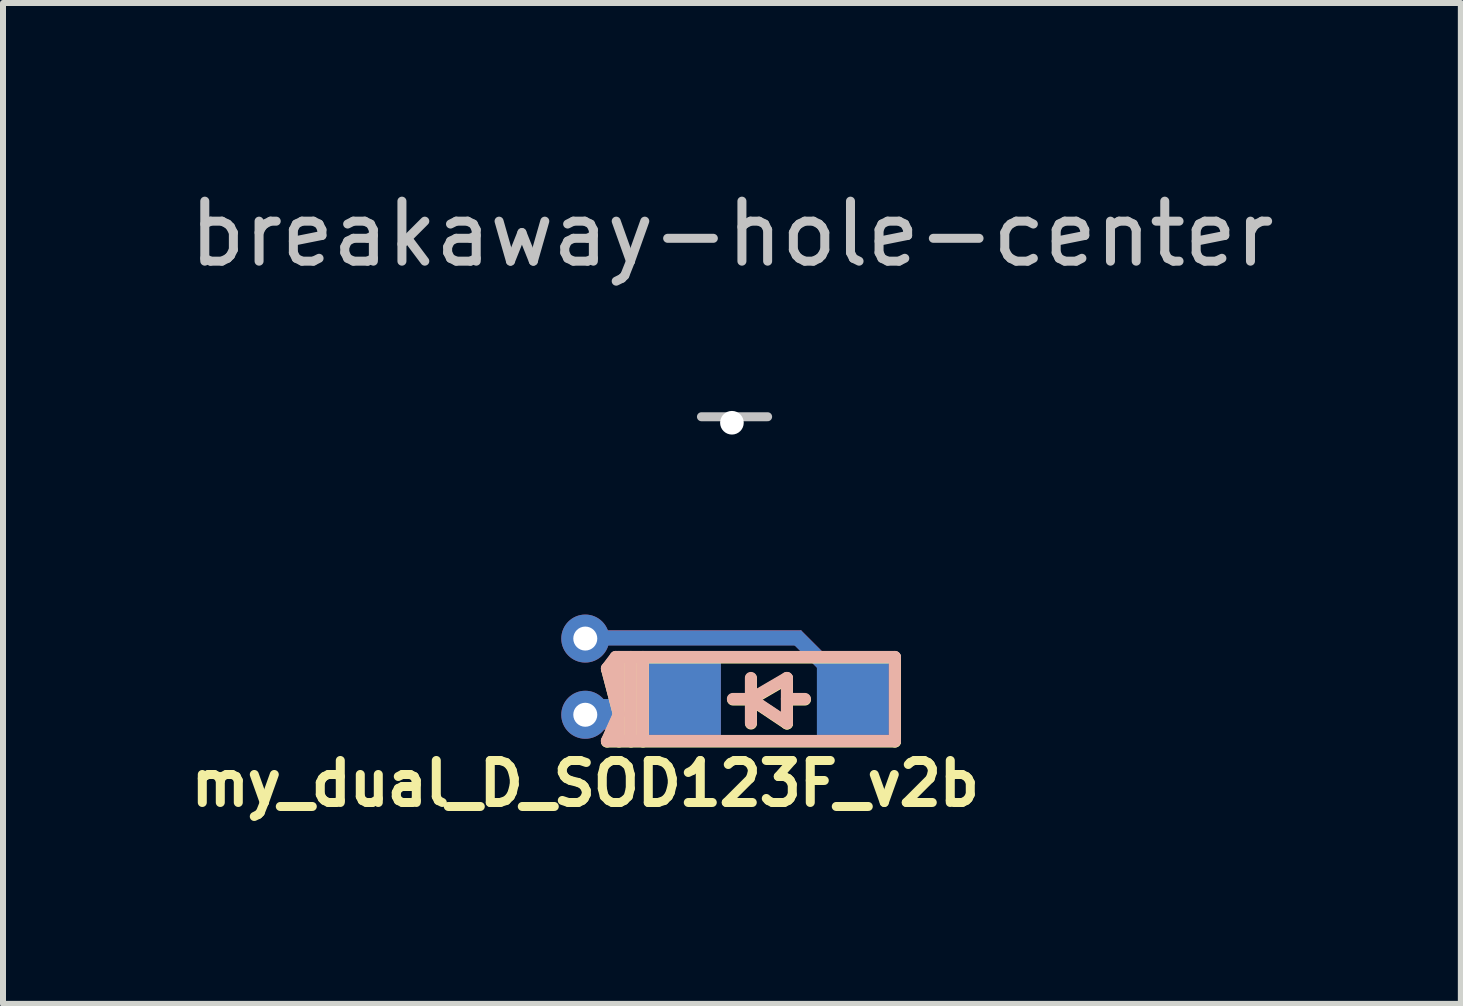
<source format=kicad_pcb>
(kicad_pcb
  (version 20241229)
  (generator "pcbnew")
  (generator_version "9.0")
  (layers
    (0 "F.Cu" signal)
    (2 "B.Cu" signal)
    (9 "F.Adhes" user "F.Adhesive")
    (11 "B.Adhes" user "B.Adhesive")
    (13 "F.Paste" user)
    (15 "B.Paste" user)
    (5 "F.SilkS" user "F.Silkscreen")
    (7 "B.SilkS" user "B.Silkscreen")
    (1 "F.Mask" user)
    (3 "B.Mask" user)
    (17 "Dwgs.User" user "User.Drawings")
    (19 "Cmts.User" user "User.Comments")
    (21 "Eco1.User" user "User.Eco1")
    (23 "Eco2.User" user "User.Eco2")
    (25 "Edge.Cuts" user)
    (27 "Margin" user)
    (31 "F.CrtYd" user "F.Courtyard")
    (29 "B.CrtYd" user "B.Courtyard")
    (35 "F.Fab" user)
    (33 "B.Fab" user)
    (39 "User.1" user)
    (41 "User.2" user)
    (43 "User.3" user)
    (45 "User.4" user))
  (footprint "breakaway-hole-center"
    (layer "F.Cu")
    (at 9.149 3.896)
    (property "Reference" "breakaway-hole-center" (at 0 -3.048 0) (layer "Dwgs.User") (effects (font (size 1 1) (thickness 0.15))))
    (attr through_hole)
    (fp_line (start -0.508 0) (end 0 0) (stroke (width 0.15) (type solid)) (layer "Dwgs.User"))
    (fp_line (start 0 0) (end 0.595 0) (stroke (width 0.15) (type solid)) (layer "Dwgs.User"))
    (pad "" np_thru_hole circle (at 0 0.1) (size 0.394 0.394) (drill 0.394) (layers "*.Cu" "*.Mask")))
  (footprint "my_dual_D_SOD123F_v2b"
    (layer "F.Cu")
    (at 6.705 8.609)
    (property "Reference" "my_dual_D_SOD123F_v2b" (at 0 1.4 0) (layer "F.SilkS") (effects (font (size 0.7 0.7) (thickness 0.15))))
    (attr smd)
    (fp_line (start 0.362 -0.508) (end 0.508 -0.7) (stroke (width 0.2) (type solid)) (layer "F.SilkS"))
    (fp_line (start 0.362 -0.508) (end 0.562 0.254) (stroke (width 0.2) (type solid)) (layer "F.SilkS"))
    (fp_line (start 0.362 0.7) (end 5.162 0.7) (stroke (width 0.2) (type solid)) (layer "F.SilkS"))
    (fp_line (start 0.508 -0.7) (end 5.162 -0.7) (stroke (width 0.2) (type solid)) (layer "F.SilkS"))
    (fp_line (start 0.562 -0.7) (end 0.562 0.7) (stroke (width 0.2) (type solid)) (layer "F.SilkS"))
    (fp_line (start 0.562 0.254) (end 0.362 0.7) (stroke (width 0.2) (type solid)) (layer "F.SilkS"))
    (fp_line (start 0.762 -0.7) (end 0.762 0.7) (stroke (width 0.2) (type solid)) (layer "F.SilkS"))
    (fp_line (start 0.962 -0.7) (end 0.962 0.7) (stroke (width 0.2) (type solid)) (layer "F.SilkS"))
    (fp_line (start 2.762 -0.35) (end 2.762 0.4) (stroke (width 0.2) (type solid)) (layer "F.SilkS"))
    (fp_line (start 2.762 0) (end 2.462 0) (stroke (width 0.2) (type solid)) (layer "F.SilkS"))
    (fp_line (start 2.762 0) (end 3.362 -0.35) (stroke (width 0.2) (type solid)) (layer "F.SilkS"))
    (fp_line (start 3.362 -0.35) (end 3.362 0.4) (stroke (width 0.2) (type solid)) (layer "F.SilkS"))
    (fp_line (start 3.362 0) (end 3.662 0) (stroke (width 0.2) (type solid)) (layer "F.SilkS"))
    (fp_line (start 3.362 0.4) (end 2.762 0) (stroke (width 0.2) (type solid)) (layer "F.SilkS"))
    (fp_line (start 5.162 -0.7) (end 5.162 0.7) (stroke (width 0.2) (type solid)) (layer "F.SilkS"))
    (fp_line (start 0.36 -0.518) (end 0.506 -0.71) (stroke (width 0.2) (type solid)) (layer "B.SilkS"))
    (fp_line (start 0.36 -0.518) (end 0.56 0.244) (stroke (width 0.2) (type solid)) (layer "B.SilkS"))
    (fp_line (start 0.36 0.69) (end 5.16 0.69) (stroke (width 0.2) (type solid)) (layer "B.SilkS"))
    (fp_line (start 0.506 -0.71) (end 5.16 -0.71) (stroke (width 0.2) (type solid)) (layer "B.SilkS"))
    (fp_line (start 0.56 -0.71) (end 0.56 0.69) (stroke (width 0.2) (type solid)) (layer "B.SilkS"))
    (fp_line (start 0.56 0.244) (end 0.36 0.69) (stroke (width 0.2) (type solid)) (layer "B.SilkS"))
    (fp_line (start 0.76 -0.71) (end 0.76 0.69) (stroke (width 0.2) (type solid)) (layer "B.SilkS"))
    (fp_line (start 0.96 -0.71) (end 0.96 0.69) (stroke (width 0.2) (type solid)) (layer "B.SilkS"))
    (fp_line (start 2.76 -0.36) (end 2.76 0.39) (stroke (width 0.2) (type solid)) (layer "B.SilkS"))
    (fp_line (start 2.76 -0.01) (end 2.46 -0.01) (stroke (width 0.2) (type solid)) (layer "B.SilkS"))
    (fp_line (start 2.76 -0.01) (end 3.36 -0.36) (stroke (width 0.2) (type solid)) (layer "B.SilkS"))
    (fp_line (start 3.36 -0.36) (end 3.36 0.39) (stroke (width 0.2) (type solid)) (layer "B.SilkS"))
    (fp_line (start 3.36 -0.01) (end 3.66 -0.01) (stroke (width 0.2) (type solid)) (layer "B.SilkS"))
    (fp_line (start 3.36 0.39) (end 2.76 -0.01) (stroke (width 0.2) (type solid)) (layer "B.SilkS"))
    (fp_line (start 5.16 -0.71) (end 5.16 0.69) (stroke (width 0.2) (type solid)) (layer "B.SilkS"))
    (pad "1" thru_hole circle (at 0 0.254) (size 0.8 0.8) (drill 0.4) (layers "*.Cu" "*.Mask"))
    (pad "1" smd rect (at 1.014 0.244) (size 1.704 0.504) (layers "B.Cu"))
    (pad "1" smd rect (at 1.016 0.254) (size 1.704 0.504) (layers "F.Cu"))
    (pad "1" smd rect (at 1.66 -0.01) (size 1.2 1.2) (layers "B.Cu" "B.Mask" "B.Paste"))
    (pad "1" smd rect (at 1.662 0) (size 1.2 1.2) (layers "F.Cu" "F.Mask" "F.Paste"))
    (pad "2" thru_hole circle (at 0 -1.016) (size 0.8 0.8) (drill 0.4) (layers "*.Cu" "*.Mask"))
    (pad "2" smd rect (at 1.774 -1.03) (size 3.646 0.252) (layers "F.Cu"))
    (pad "2" smd rect (at 1.776 -1.026) (size 3.646 0.252) (layers "B.Cu"))
    (pad "2" smd rect (at 4.064 -0.508 225) (size 0.254 1.587) (layers "F.Cu"))
    (pad "2" smd rect (at 4.066 -0.504 225) (size 0.254 1.587) (layers "B.Cu"))
    (pad "2" smd rect (at 4.46 -0.01) (size 1.2 1.2) (layers "B.Cu" "B.Mask" "B.Paste"))
    (pad "2" smd rect (at 4.462 0) (size 1.2 1.2) (layers "F.Cu" "F.Mask" "F.Paste")))
  (gr_rect
    (start -3 -3)
    (end 21.298 13.682)
    (stroke (width 0.1) (type default))
    (fill no)
    (layer "Edge.Cuts")))
</source>
